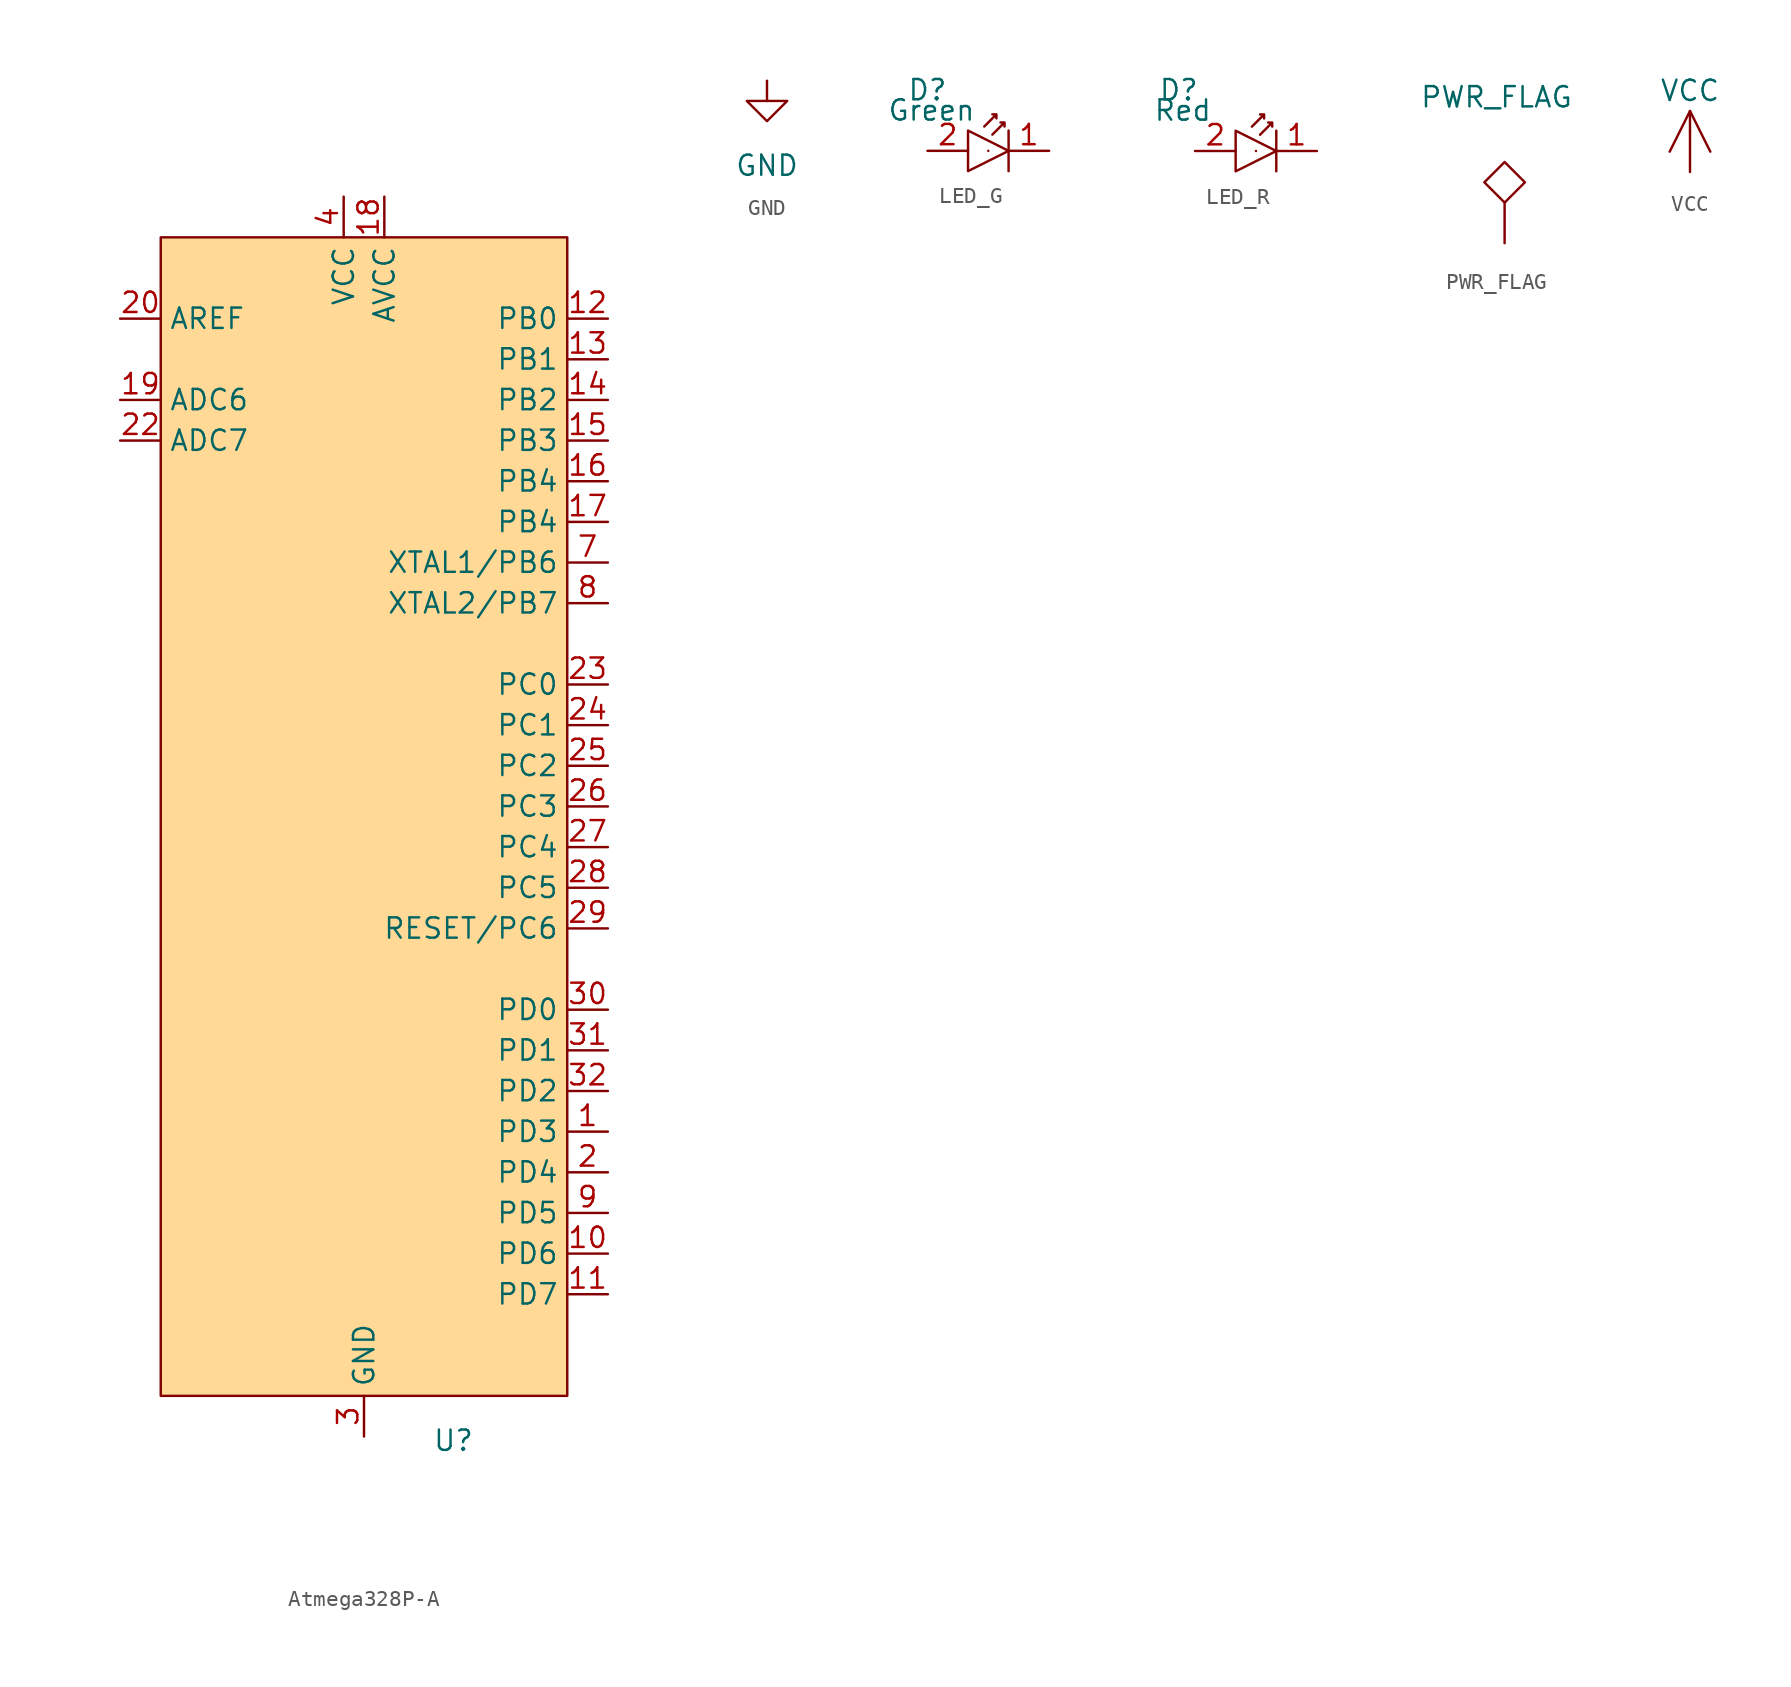
<source format=kicad_sym>
(kicad_symbol_lib
  (version 20241209)
  (generator "kicad_symbol_editor")
  (generator_version "9.0")
  (symbol "Atmega328P-A"
    (property "Reference" "U"
      (at 5.588 -53.594 0)
      (effects (font (size 1.27 1.27))))
    (property "Value" ""
      (at 0 0 0)
      (effects (font (size 1.27 1.27))))
    (symbol "Atmega328P-A_1_1"
      (rectangle (start -12.7 21.59) (end 12.7 -50.8) (stroke (width 0) (type solid)) (fill (type color) (color 255 174 30 0.47)))
      (pin passive line (at -15.24 16.51 0) (length 2.54) (name "AREF" (effects (font (size 1.27 1.27)))) (number "20" (effects (font (size 1.27 1.27)))))
      (pin input line (at -15.24 11.43 0) (length 2.54) (name "ADC6" (effects (font (size 1.27 1.27)))) (number "19" (effects (font (size 1.27 1.27)))))
      (pin input line (at -15.24 8.89 0) (length 2.54) (name "ADC7" (effects (font (size 1.27 1.27)))) (number "22" (effects (font (size 1.27 1.27)))))
      (pin power_in line (at -1.27 24.13 270) (length 2.54) (name "VCC" (effects (font (size 1.27 1.27)))) (number "4" (effects (font (size 1.27 1.27)))))
      (pin power_in line (at 0 -53.34 90) (length 2.54) (name "GND" (effects (font (size 1.27 1.27)))) (number "3" (effects (font (size 1.27 1.27)))))
      (pin power_in line (at 1.27 24.13 270) (length 2.54) (name "AVCC" (effects (font (size 1.27 1.27)))) (number "18" (effects (font (size 1.27 1.27)))))
      (pin bidirectional line (at 15.24 16.51 180) (length 2.54) (name "PB0" (effects (font (size 1.27 1.27)))) (number "12" (effects (font (size 1.27 1.27)))))
      (pin bidirectional line (at 15.24 13.97 180) (length 2.54) (name "PB1" (effects (font (size 1.27 1.27)))) (number "13" (effects (font (size 1.27 1.27)))))
      (pin bidirectional line (at 15.24 11.43 180) (length 2.54) (name "PB2" (effects (font (size 1.27 1.27)))) (number "14" (effects (font (size 1.27 1.27)))))
      (pin bidirectional line (at 15.24 8.89 180) (length 2.54) (name "PB3" (effects (font (size 1.27 1.27)))) (number "15" (effects (font (size 1.27 1.27)))))
      (pin bidirectional line (at 15.24 6.35 180) (length 2.54) (name "PB4" (effects (font (size 1.27 1.27)))) (number "16" (effects (font (size 1.27 1.27)))))
      (pin bidirectional line (at 15.24 3.81 180) (length 2.54) (name "PB4" (effects (font (size 1.27 1.27)))) (number "17" (effects (font (size 1.27 1.27)))))
      (pin bidirectional line (at 15.24 1.27 180) (length 2.54) (name "XTAL1/PB6" (effects (font (size 1.27 1.27)))) (number "7" (effects (font (size 1.27 1.27)))))
      (pin bidirectional line (at 15.24 -1.27 180) (length 2.54) (name "XTAL2/PB7" (effects (font (size 1.27 1.27)))) (number "8" (effects (font (size 1.27 1.27)))))
      (pin bidirectional line (at 15.24 -6.35 180) (length 2.54) (name "PC0" (effects (font (size 1.27 1.27)))) (number "23" (effects (font (size 1.27 1.27)))))
      (pin bidirectional line (at 15.24 -8.89 180) (length 2.54) (name "PC1" (effects (font (size 1.27 1.27)))) (number "24" (effects (font (size 1.27 1.27)))))
      (pin bidirectional line (at 15.24 -11.43 180) (length 2.54) (name "PC2" (effects (font (size 1.27 1.27)))) (number "25" (effects (font (size 1.27 1.27)))))
      (pin bidirectional line (at 15.24 -13.97 180) (length 2.54) (name "PC3" (effects (font (size 1.27 1.27)))) (number "26" (effects (font (size 1.27 1.27)))))
      (pin bidirectional line (at 15.24 -16.51 180) (length 2.54) (name "PC4" (effects (font (size 1.27 1.27)))) (number "27" (effects (font (size 1.27 1.27)))))
      (pin bidirectional line (at 15.24 -19.05 180) (length 2.54) (name "PC5" (effects (font (size 1.27 1.27)))) (number "28" (effects (font (size 1.27 1.27)))))
      (pin bidirectional line (at 15.24 -21.59 180) (length 2.54) (name "RESET/PC6" (effects (font (size 1.27 1.27)))) (number "29" (effects (font (size 1.27 1.27)))))
      (pin bidirectional line (at 15.24 -26.67 180) (length 2.54) (name "PD0" (effects (font (size 1.27 1.27)))) (number "30" (effects (font (size 1.27 1.27)))))
      (pin bidirectional line (at 15.24 -29.21 180) (length 2.54) (name "PD1" (effects (font (size 1.27 1.27)))) (number "31" (effects (font (size 1.27 1.27)))))
      (pin bidirectional line (at 15.24 -31.75 180) (length 2.54) (name "PD2" (effects (font (size 1.27 1.27)))) (number "32" (effects (font (size 1.27 1.27)))))
      (pin bidirectional line (at 15.24 -34.29 180) (length 2.54) (name "PD3" (effects (font (size 1.27 1.27)))) (number "1" (effects (font (size 1.27 1.27)))))
      (pin bidirectional line (at 15.24 -36.83 180) (length 2.54) (name "PD4" (effects (font (size 1.27 1.27)))) (number "2" (effects (font (size 1.27 1.27)))))
      (pin bidirectional line (at 15.24 -39.37 180) (length 2.54) (name "PD5" (effects (font (size 1.27 1.27)))) (number "9" (effects (font (size 1.27 1.27)))))
      (pin bidirectional line (at 15.24 -41.91 180) (length 2.54) (name "PD6" (effects (font (size 1.27 1.27)))) (number "10" (effects (font (size 1.27 1.27)))))
      (pin bidirectional line (at 15.24 -44.45 180) (length 2.54) (name "PD7" (effects (font (size 1.27 1.27)))) (number "11" (effects (font (size 1.27 1.27)))))))
  (symbol "GND"
    (power)
    (property "Reference" "#GND"
      (at 0 0 0)
      (effects (font (size 1.27 1.27)) (hide yes)))
    (property "Value" "GND"
      (at 0 -1.524 0)
      (effects (font (size 1.27 1.27))))
    (symbol "GND_0_1"
      (polyline (pts (xy 0 1.27) (xy 1.27 2.54) (xy -1.27 2.54) (xy 0 1.27)) (stroke (width 0) (type default)) (fill (type none))))
    (symbol "GND_1_1"
      (pin power_in line (at 0 3.81 270) (length 1.27) (name "" (effects (font (size 1.27 1.27)))) (number "" (effects (font (size 1.27 1.27)))))))
  (symbol "LED_G"
    (property "Reference" "D"
      (at -1.27 2.54 0)
      (effects (font (size 1.27 1.27))))
    (property "Value" "Green"
      (at -1.016 1.27 0)
      (effects (font (size 1.27 1.27))))
    (symbol "LED_G_0_1"
      (polyline (pts (xy 2.286 0.254) (xy 3.048 1.016) (xy 3.048 0.762) (xy 3.048 1.016) (xy 2.794 1.016)) (stroke (width 0) (type default)) (fill (type none)))
      (polyline (pts (xy 2.54 -1.27) (xy 2.54 -1.27)) (stroke (width 0) (type default)) (fill (type none)))
      (polyline (pts (xy 2.794 -0.254) (xy 3.556 0.508) (xy 3.556 0.254) (xy 3.556 0.508) (xy 3.302 0.508)) (stroke (width 0) (type default)) (fill (type none)))
      (polyline (pts (xy 3.81 -1.27) (xy 1.27 0) (xy 1.27 -2.54) (xy 3.81 -1.27)) (stroke (width 0) (type default)) (fill (type none)))
      (polyline (pts (xy 3.81 -2.54) (xy 3.81 0)) (stroke (width 0) (type default)) (fill (type none))))
    (symbol "LED_G_1_1"
      (pin passive line (at -1.27 -1.27 0) (length 2.54) (name "" (effects (font (size 1.27 1.27)))) (number "2" (effects (font (size 1.27 1.27)))))
      (pin passive line (at 6.35 -1.27 180) (length 2.54) (name "" (effects (font (size 1.27 1.27)))) (number "1" (effects (font (size 1.27 1.27)))))))
  (symbol "LED_R"
    (property "Reference" "D"
      (at -2.286 2.54 0)
      (effects (font (size 1.27 1.27))))
    (property "Value" "Red"
      (at -2.032 1.27 0)
      (effects (font (size 1.27 1.27))))
    (symbol "LED_R_0_1"
      (polyline (pts (xy 2.286 0.254) (xy 3.048 1.016) (xy 3.048 0.762) (xy 3.048 1.016) (xy 2.794 1.016)) (stroke (width 0) (type default)) (fill (type none)))
      (polyline (pts (xy 2.54 -1.27) (xy 2.54 -1.27)) (stroke (width 0) (type default)) (fill (type none)))
      (polyline (pts (xy 2.794 -0.254) (xy 3.556 0.508) (xy 3.556 0.254) (xy 3.556 0.508) (xy 3.302 0.508)) (stroke (width 0) (type default)) (fill (type none)))
      (polyline (pts (xy 3.81 -1.27) (xy 1.27 0) (xy 1.27 -2.54) (xy 3.81 -1.27)) (stroke (width 0) (type default)) (fill (type none)))
      (polyline (pts (xy 3.81 -2.54) (xy 3.81 0)) (stroke (width 0) (type default)) (fill (type none))))
    (symbol "LED_R_1_1"
      (pin passive line (at -1.27 -1.27 0) (length 2.54) (name "" (effects (font (size 1.27 1.27)))) (number "2" (effects (font (size 1.27 1.27)))))
      (pin passive line (at 6.35 -1.27 180) (length 2.54) (name "" (effects (font (size 1.27 1.27)))) (number "1" (effects (font (size 1.27 1.27)))))))
  (symbol "PWR_FLAG"
    (power)
    (property "Reference" "#PWR_FLAG"
      (at -0.762 -0.254 0)
      (effects (font (size 1.27 1.27)) (hide yes)))
    (property "Value" "PWR_FLAG"
      (at -0.508 1.524 0)
      (effects (font (size 1.27 1.27))))
    (symbol "PWR_FLAG_0_1"
      (polyline (pts (xy 0 -2.54) (xy 1.27 -3.81) (xy 0 -5.08) (xy -1.27 -3.81) (xy 0 -2.54)) (stroke (width 0) (type default)) (fill (type none))))
    (symbol "PWR_FLAG_1_1"
      (pin power_out line (at 0 -7.62 90) (length 2.54) (name "" (effects (font (size 1.27 1.27)))) (number "" (effects (font (size 1.27 1.27)))))))
  (symbol "VCC"
    (power)
    (property "Reference" "#VCC"
      (at 0 1.524 0)
      (effects (font (size 1.27 1.27)) (hide yes)))
    (property "Value" "VCC"
      (at 0 0 0)
      (effects (font (size 1.27 1.27))))
    (symbol "VCC_0_1"
      (polyline (pts (xy 0 -1.27) (xy 0 -2.54)) (stroke (width 0) (type default)) (fill (type none)))
      (polyline (pts (xy 0 -1.27) (xy 1.27 -3.81) (xy 0 -1.27) (xy -1.27 -3.81)) (stroke (width 0) (type default)) (fill (type none))))
    (symbol "VCC_1_1"
      (pin power_in line (at 0 -5.08 90) (length 2.54) (name "" (effects (font (size 1.27 1.27)))) (number "" (effects (font (size 1.27 1.27))))))))
</source>
